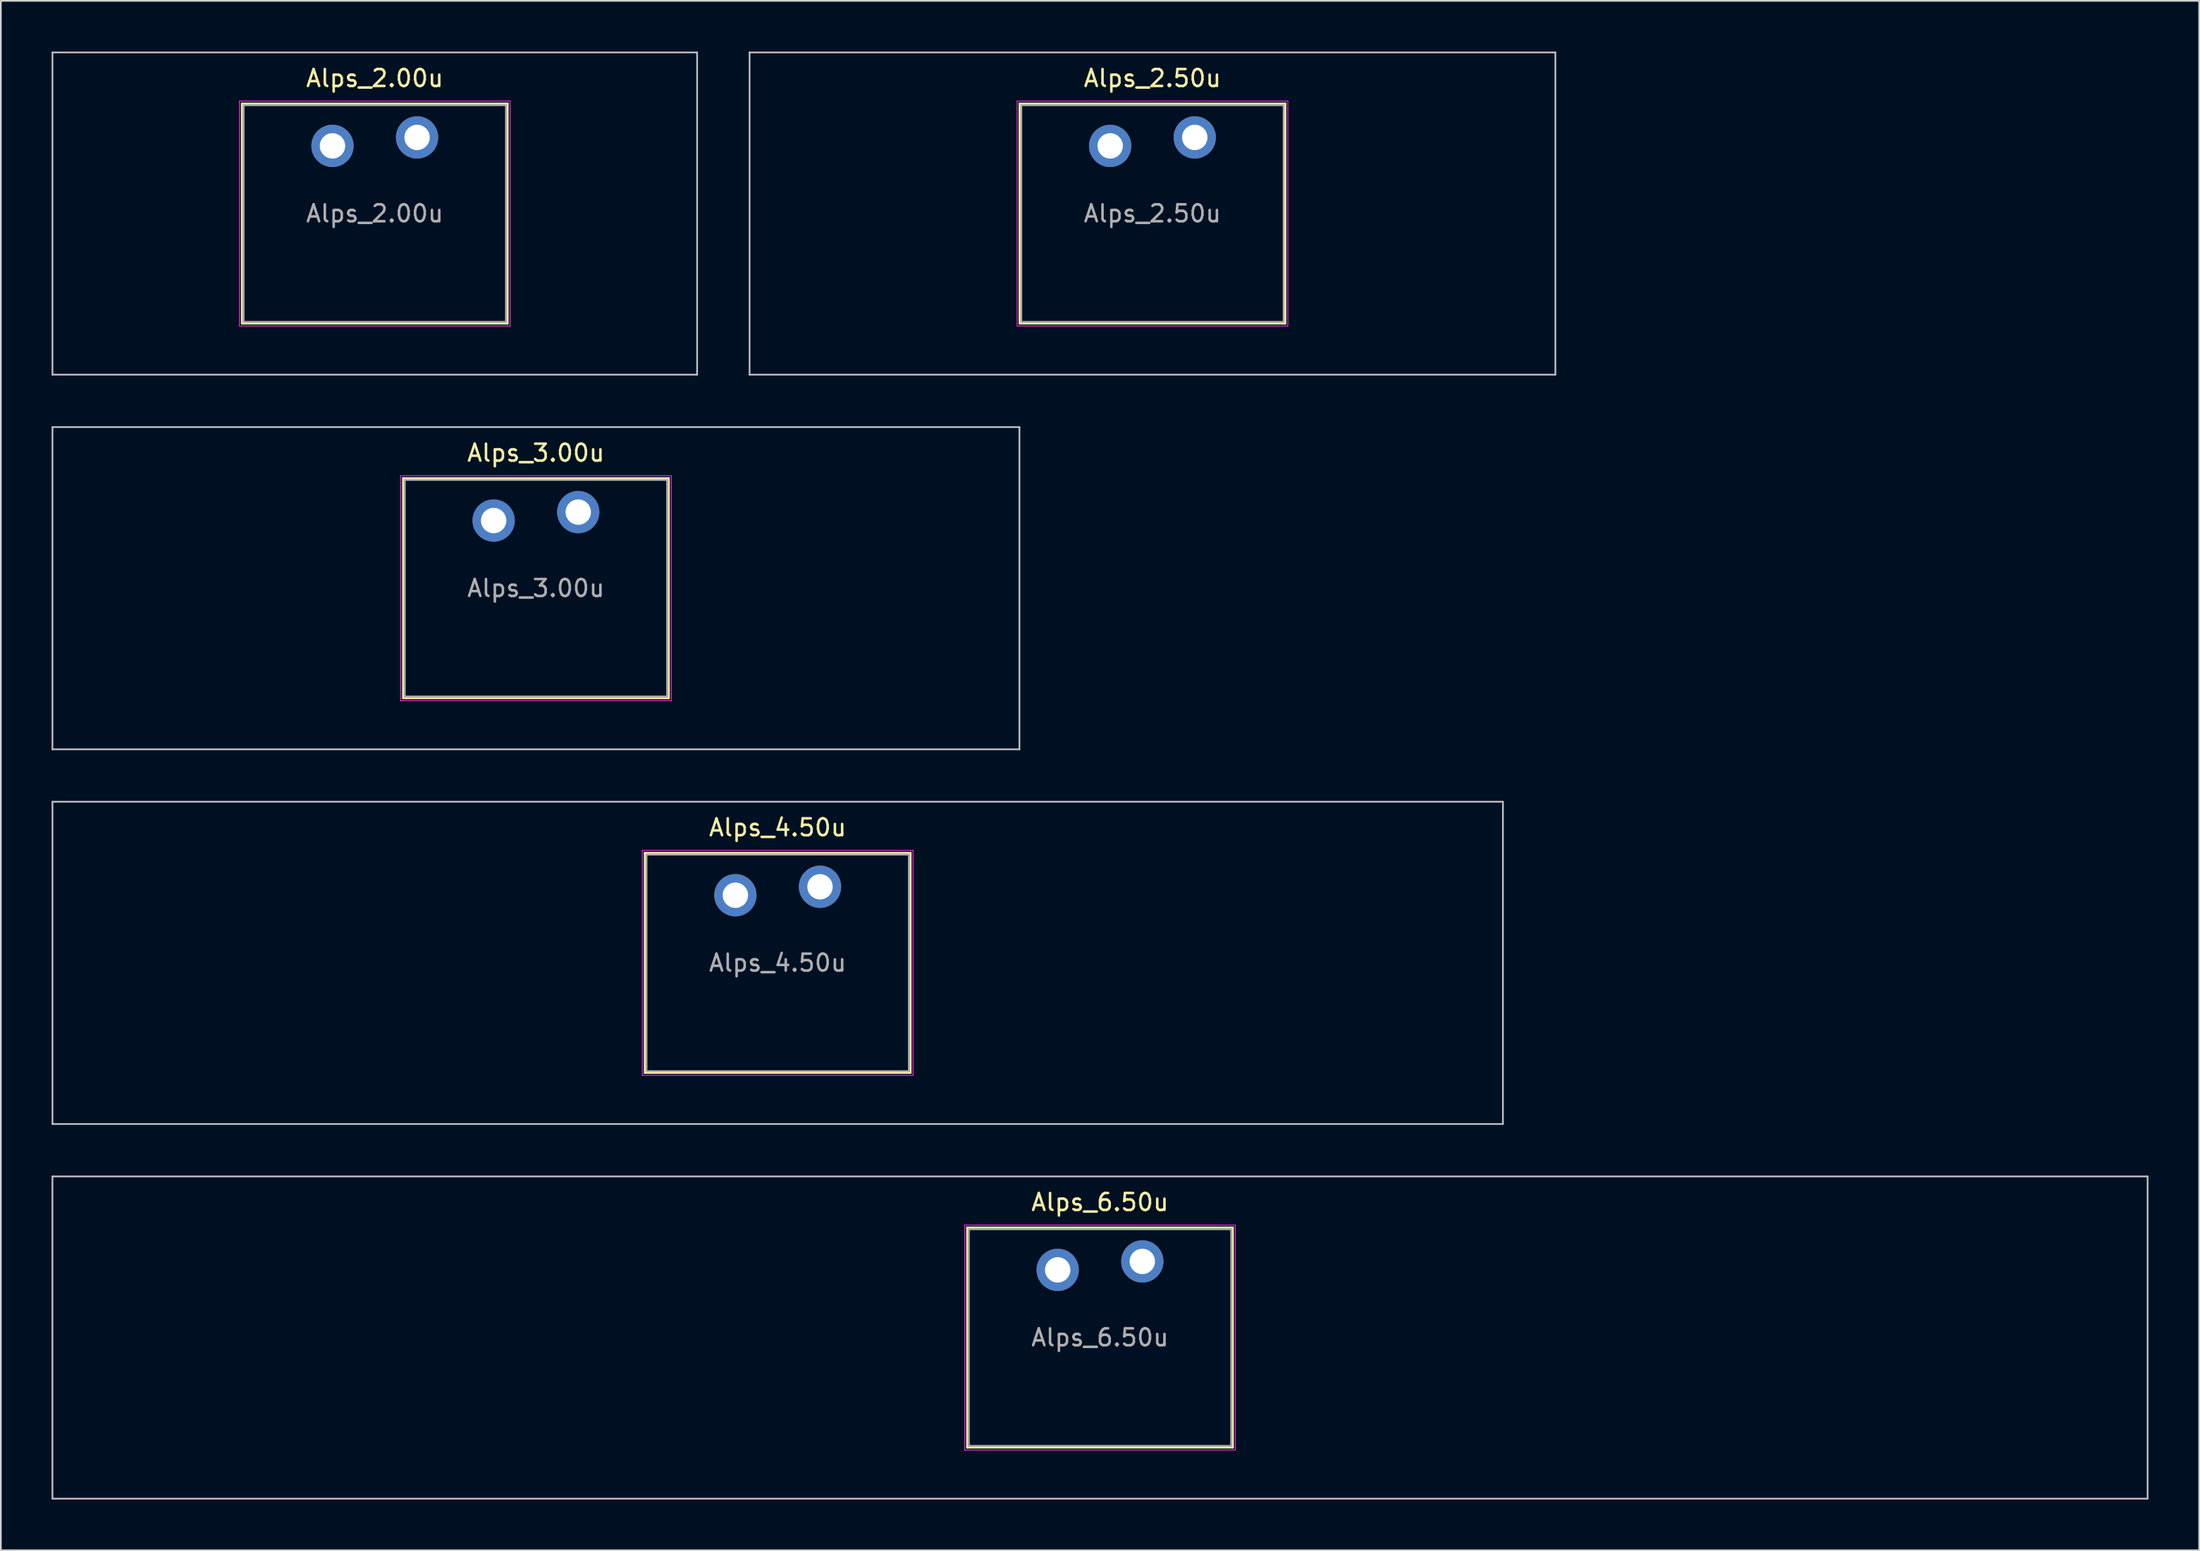
<source format=kicad_pcb>
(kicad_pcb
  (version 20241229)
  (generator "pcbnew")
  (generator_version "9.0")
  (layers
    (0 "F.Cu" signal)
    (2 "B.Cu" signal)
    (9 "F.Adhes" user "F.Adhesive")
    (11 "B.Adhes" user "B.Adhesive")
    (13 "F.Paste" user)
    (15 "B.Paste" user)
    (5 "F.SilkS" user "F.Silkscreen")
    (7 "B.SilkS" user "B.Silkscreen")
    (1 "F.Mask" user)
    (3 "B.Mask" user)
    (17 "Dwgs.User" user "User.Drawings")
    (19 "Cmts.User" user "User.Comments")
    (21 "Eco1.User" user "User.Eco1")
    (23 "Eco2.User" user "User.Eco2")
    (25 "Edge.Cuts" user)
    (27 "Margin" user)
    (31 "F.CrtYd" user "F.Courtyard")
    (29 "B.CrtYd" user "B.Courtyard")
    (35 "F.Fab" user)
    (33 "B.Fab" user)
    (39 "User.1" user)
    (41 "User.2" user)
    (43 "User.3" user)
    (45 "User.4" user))
  (footprint "Alps_2.50u"
    (layer "F.Cu")
    (at 65.062 9.575)
    (property "Reference" "Alps_2.50u" (at 0 -8 0) (layer "F.SilkS") (effects (font (size 1 1) (thickness 0.15))))
    (attr through_hole)
    (fp_line (start -7.85 -6.5) (end -7.85 6.5) (stroke (width 0.12) (type solid)) (layer "F.SilkS"))
    (fp_line (start -7.85 6.5) (end 7.85 6.5) (stroke (width 0.12) (type solid)) (layer "F.SilkS"))
    (fp_line (start 7.85 -6.5) (end -7.85 -6.5) (stroke (width 0.12) (type solid)) (layer "F.SilkS"))
    (fp_line (start 7.85 6.5) (end 7.85 -6.5) (stroke (width 0.12) (type solid)) (layer "F.SilkS"))
    (fp_line (start -23.812 -9.525) (end -23.812 9.525) (stroke (width 0.1) (type solid)) (layer "Dwgs.User"))
    (fp_line (start -23.812 9.525) (end 23.812 9.525) (stroke (width 0.1) (type solid)) (layer "Dwgs.User"))
    (fp_line (start 23.812 -9.525) (end -23.812 -9.525) (stroke (width 0.1) (type solid)) (layer "Dwgs.User"))
    (fp_line (start 23.812 9.525) (end 23.812 -9.525) (stroke (width 0.1) (type solid)) (layer "Dwgs.User"))
    (fp_line (start -7.75 -6.4) (end -7.75 6.4) (stroke (width 0.1) (type solid)) (layer "Eco1.User"))
    (fp_line (start -7.75 6.4) (end 7.75 6.4) (stroke (width 0.1) (type solid)) (layer "Eco1.User"))
    (fp_line (start 7.75 -6.4) (end -7.75 -6.4) (stroke (width 0.1) (type solid)) (layer "Eco1.User"))
    (fp_line (start 7.75 6.4) (end 7.75 -6.4) (stroke (width 0.1) (type solid)) (layer "Eco1.User"))
    (fp_line (start -8 -6.65) (end -8 6.65) (stroke (width 0.05) (type solid)) (layer "F.CrtYd"))
    (fp_line (start -8 6.65) (end 8 6.65) (stroke (width 0.05) (type solid)) (layer "F.CrtYd"))
    (fp_line (start 8 -6.65) (end -8 -6.65) (stroke (width 0.05) (type solid)) (layer "F.CrtYd"))
    (fp_line (start 8 6.65) (end 8 -6.65) (stroke (width 0.05) (type solid)) (layer "F.CrtYd"))
    (fp_line (start -7.75 -6.4) (end -7.75 6.4) (stroke (width 0.1) (type solid)) (layer "F.Fab"))
    (fp_line (start -7.75 6.4) (end 7.75 6.4) (stroke (width 0.1) (type solid)) (layer "F.Fab"))
    (fp_line (start 7.75 -6.4) (end -7.75 -6.4) (stroke (width 0.1) (type solid)) (layer "F.Fab"))
    (fp_line (start 7.75 6.4) (end 7.75 -6.4) (stroke (width 0.1) (type solid)) (layer "F.Fab"))
    (fp_text user "${REFERENCE}" (at 0 0 0) (layer "F.Fab") (effects (font (size 1 1) (thickness 0.15))))
    (pad "1" thru_hole circle (at -2.5 -4) (size 2.5 2.5) (drill 1.5) (layers "*.Cu" "*.Mask"))
    (pad "2" thru_hole circle (at 2.5 -4.5) (size 2.5 2.5) (drill 1.5) (layers "*.Cu" "*.Mask")))
  (footprint "Alps_4.50u"
    (layer "F.Cu")
    (at 42.913 53.875)
    (property "Reference" "Alps_4.50u" (at 0 -8 0) (layer "F.SilkS") (effects (font (size 1 1) (thickness 0.15))))
    (attr through_hole)
    (fp_line (start -7.85 -6.5) (end -7.85 6.5) (stroke (width 0.12) (type solid)) (layer "F.SilkS"))
    (fp_line (start -7.85 6.5) (end 7.85 6.5) (stroke (width 0.12) (type solid)) (layer "F.SilkS"))
    (fp_line (start 7.85 -6.5) (end -7.85 -6.5) (stroke (width 0.12) (type solid)) (layer "F.SilkS"))
    (fp_line (start 7.85 6.5) (end 7.85 -6.5) (stroke (width 0.12) (type solid)) (layer "F.SilkS"))
    (fp_line (start -42.862 -9.525) (end -42.862 9.525) (stroke (width 0.1) (type solid)) (layer "Dwgs.User"))
    (fp_line (start -42.862 9.525) (end 42.862 9.525) (stroke (width 0.1) (type solid)) (layer "Dwgs.User"))
    (fp_line (start 42.862 -9.525) (end -42.862 -9.525) (stroke (width 0.1) (type solid)) (layer "Dwgs.User"))
    (fp_line (start 42.862 9.525) (end 42.862 -9.525) (stroke (width 0.1) (type solid)) (layer "Dwgs.User"))
    (fp_line (start -7.75 -6.4) (end -7.75 6.4) (stroke (width 0.1) (type solid)) (layer "Eco1.User"))
    (fp_line (start -7.75 6.4) (end 7.75 6.4) (stroke (width 0.1) (type solid)) (layer "Eco1.User"))
    (fp_line (start 7.75 -6.4) (end -7.75 -6.4) (stroke (width 0.1) (type solid)) (layer "Eco1.User"))
    (fp_line (start 7.75 6.4) (end 7.75 -6.4) (stroke (width 0.1) (type solid)) (layer "Eco1.User"))
    (fp_line (start -8 -6.65) (end -8 6.65) (stroke (width 0.05) (type solid)) (layer "F.CrtYd"))
    (fp_line (start -8 6.65) (end 8 6.65) (stroke (width 0.05) (type solid)) (layer "F.CrtYd"))
    (fp_line (start 8 -6.65) (end -8 -6.65) (stroke (width 0.05) (type solid)) (layer "F.CrtYd"))
    (fp_line (start 8 6.65) (end 8 -6.65) (stroke (width 0.05) (type solid)) (layer "F.CrtYd"))
    (fp_line (start -7.75 -6.4) (end -7.75 6.4) (stroke (width 0.1) (type solid)) (layer "F.Fab"))
    (fp_line (start -7.75 6.4) (end 7.75 6.4) (stroke (width 0.1) (type solid)) (layer "F.Fab"))
    (fp_line (start 7.75 -6.4) (end -7.75 -6.4) (stroke (width 0.1) (type solid)) (layer "F.Fab"))
    (fp_line (start 7.75 6.4) (end 7.75 -6.4) (stroke (width 0.1) (type solid)) (layer "F.Fab"))
    (fp_text user "${REFERENCE}" (at 0 0 0) (layer "F.Fab") (effects (font (size 1 1) (thickness 0.15))))
    (pad "1" thru_hole circle (at -2.5 -4) (size 2.5 2.5) (drill 1.5) (layers "*.Cu" "*.Mask"))
    (pad "2" thru_hole circle (at 2.5 -4.5) (size 2.5 2.5) (drill 1.5) (layers "*.Cu" "*.Mask")))
  (footprint "Alps_3.00u"
    (layer "F.Cu")
    (at 28.625 31.725)
    (property "Reference" "Alps_3.00u" (at 0 -8 0) (layer "F.SilkS") (effects (font (size 1 1) (thickness 0.15))))
    (attr through_hole)
    (fp_line (start -7.85 -6.5) (end -7.85 6.5) (stroke (width 0.12) (type solid)) (layer "F.SilkS"))
    (fp_line (start -7.85 6.5) (end 7.85 6.5) (stroke (width 0.12) (type solid)) (layer "F.SilkS"))
    (fp_line (start 7.85 -6.5) (end -7.85 -6.5) (stroke (width 0.12) (type solid)) (layer "F.SilkS"))
    (fp_line (start 7.85 6.5) (end 7.85 -6.5) (stroke (width 0.12) (type solid)) (layer "F.SilkS"))
    (fp_line (start -28.575 -9.525) (end -28.575 9.525) (stroke (width 0.1) (type solid)) (layer "Dwgs.User"))
    (fp_line (start -28.575 9.525) (end 28.575 9.525) (stroke (width 0.1) (type solid)) (layer "Dwgs.User"))
    (fp_line (start 28.575 -9.525) (end -28.575 -9.525) (stroke (width 0.1) (type solid)) (layer "Dwgs.User"))
    (fp_line (start 28.575 9.525) (end 28.575 -9.525) (stroke (width 0.1) (type solid)) (layer "Dwgs.User"))
    (fp_line (start -7.75 -6.4) (end -7.75 6.4) (stroke (width 0.1) (type solid)) (layer "Eco1.User"))
    (fp_line (start -7.75 6.4) (end 7.75 6.4) (stroke (width 0.1) (type solid)) (layer "Eco1.User"))
    (fp_line (start 7.75 -6.4) (end -7.75 -6.4) (stroke (width 0.1) (type solid)) (layer "Eco1.User"))
    (fp_line (start 7.75 6.4) (end 7.75 -6.4) (stroke (width 0.1) (type solid)) (layer "Eco1.User"))
    (fp_line (start -8 -6.65) (end -8 6.65) (stroke (width 0.05) (type solid)) (layer "F.CrtYd"))
    (fp_line (start -8 6.65) (end 8 6.65) (stroke (width 0.05) (type solid)) (layer "F.CrtYd"))
    (fp_line (start 8 -6.65) (end -8 -6.65) (stroke (width 0.05) (type solid)) (layer "F.CrtYd"))
    (fp_line (start 8 6.65) (end 8 -6.65) (stroke (width 0.05) (type solid)) (layer "F.CrtYd"))
    (fp_line (start -7.75 -6.4) (end -7.75 6.4) (stroke (width 0.1) (type solid)) (layer "F.Fab"))
    (fp_line (start -7.75 6.4) (end 7.75 6.4) (stroke (width 0.1) (type solid)) (layer "F.Fab"))
    (fp_line (start 7.75 -6.4) (end -7.75 -6.4) (stroke (width 0.1) (type solid)) (layer "F.Fab"))
    (fp_line (start 7.75 6.4) (end 7.75 -6.4) (stroke (width 0.1) (type solid)) (layer "F.Fab"))
    (fp_text user "${REFERENCE}" (at 0 0 0) (layer "F.Fab") (effects (font (size 1 1) (thickness 0.15))))
    (pad "1" thru_hole circle (at -2.5 -4) (size 2.5 2.5) (drill 1.5) (layers "*.Cu" "*.Mask"))
    (pad "2" thru_hole circle (at 2.5 -4.5) (size 2.5 2.5) (drill 1.5) (layers "*.Cu" "*.Mask")))
  (footprint "Alps_6.50u"
    (layer "F.Cu")
    (at 61.962 76.025)
    (property "Reference" "Alps_6.50u" (at 0 -8 0) (layer "F.SilkS") (effects (font (size 1 1) (thickness 0.15))))
    (attr through_hole)
    (fp_line (start -7.85 -6.5) (end -7.85 6.5) (stroke (width 0.12) (type solid)) (layer "F.SilkS"))
    (fp_line (start -7.85 6.5) (end 7.85 6.5) (stroke (width 0.12) (type solid)) (layer "F.SilkS"))
    (fp_line (start 7.85 -6.5) (end -7.85 -6.5) (stroke (width 0.12) (type solid)) (layer "F.SilkS"))
    (fp_line (start 7.85 6.5) (end 7.85 -6.5) (stroke (width 0.12) (type solid)) (layer "F.SilkS"))
    (fp_line (start -61.913 -9.525) (end -61.913 9.525) (stroke (width 0.1) (type solid)) (layer "Dwgs.User"))
    (fp_line (start -61.913 9.525) (end 61.913 9.525) (stroke (width 0.1) (type solid)) (layer "Dwgs.User"))
    (fp_line (start 61.913 -9.525) (end -61.913 -9.525) (stroke (width 0.1) (type solid)) (layer "Dwgs.User"))
    (fp_line (start 61.913 9.525) (end 61.913 -9.525) (stroke (width 0.1) (type solid)) (layer "Dwgs.User"))
    (fp_line (start -7.75 -6.4) (end -7.75 6.4) (stroke (width 0.1) (type solid)) (layer "Eco1.User"))
    (fp_line (start -7.75 6.4) (end 7.75 6.4) (stroke (width 0.1) (type solid)) (layer "Eco1.User"))
    (fp_line (start 7.75 -6.4) (end -7.75 -6.4) (stroke (width 0.1) (type solid)) (layer "Eco1.User"))
    (fp_line (start 7.75 6.4) (end 7.75 -6.4) (stroke (width 0.1) (type solid)) (layer "Eco1.User"))
    (fp_line (start -8 -6.65) (end -8 6.65) (stroke (width 0.05) (type solid)) (layer "F.CrtYd"))
    (fp_line (start -8 6.65) (end 8 6.65) (stroke (width 0.05) (type solid)) (layer "F.CrtYd"))
    (fp_line (start 8 -6.65) (end -8 -6.65) (stroke (width 0.05) (type solid)) (layer "F.CrtYd"))
    (fp_line (start 8 6.65) (end 8 -6.65) (stroke (width 0.05) (type solid)) (layer "F.CrtYd"))
    (fp_line (start -7.75 -6.4) (end -7.75 6.4) (stroke (width 0.1) (type solid)) (layer "F.Fab"))
    (fp_line (start -7.75 6.4) (end 7.75 6.4) (stroke (width 0.1) (type solid)) (layer "F.Fab"))
    (fp_line (start 7.75 -6.4) (end -7.75 -6.4) (stroke (width 0.1) (type solid)) (layer "F.Fab"))
    (fp_line (start 7.75 6.4) (end 7.75 -6.4) (stroke (width 0.1) (type solid)) (layer "F.Fab"))
    (fp_text user "${REFERENCE}" (at 0 0 0) (layer "F.Fab") (effects (font (size 1 1) (thickness 0.15))))
    (pad "1" thru_hole circle (at -2.5 -4) (size 2.5 2.5) (drill 1.5) (layers "*.Cu" "*.Mask"))
    (pad "2" thru_hole circle (at 2.5 -4.5) (size 2.5 2.5) (drill 1.5) (layers "*.Cu" "*.Mask")))
  (footprint "Alps_2.00u"
    (layer "F.Cu")
    (at 19.1 9.575)
    (property "Reference" "Alps_2.00u" (at 0 -8 0) (layer "F.SilkS") (effects (font (size 1 1) (thickness 0.15))))
    (attr through_hole)
    (fp_line (start -7.85 -6.5) (end -7.85 6.5) (stroke (width 0.12) (type solid)) (layer "F.SilkS"))
    (fp_line (start -7.85 6.5) (end 7.85 6.5) (stroke (width 0.12) (type solid)) (layer "F.SilkS"))
    (fp_line (start 7.85 -6.5) (end -7.85 -6.5) (stroke (width 0.12) (type solid)) (layer "F.SilkS"))
    (fp_line (start 7.85 6.5) (end 7.85 -6.5) (stroke (width 0.12) (type solid)) (layer "F.SilkS"))
    (fp_line (start -19.05 -9.525) (end -19.05 9.525) (stroke (width 0.1) (type solid)) (layer "Dwgs.User"))
    (fp_line (start -19.05 9.525) (end 19.05 9.525) (stroke (width 0.1) (type solid)) (layer "Dwgs.User"))
    (fp_line (start 19.05 -9.525) (end -19.05 -9.525) (stroke (width 0.1) (type solid)) (layer "Dwgs.User"))
    (fp_line (start 19.05 9.525) (end 19.05 -9.525) (stroke (width 0.1) (type solid)) (layer "Dwgs.User"))
    (fp_line (start -7.75 -6.4) (end -7.75 6.4) (stroke (width 0.1) (type solid)) (layer "Eco1.User"))
    (fp_line (start -7.75 6.4) (end 7.75 6.4) (stroke (width 0.1) (type solid)) (layer "Eco1.User"))
    (fp_line (start 7.75 -6.4) (end -7.75 -6.4) (stroke (width 0.1) (type solid)) (layer "Eco1.User"))
    (fp_line (start 7.75 6.4) (end 7.75 -6.4) (stroke (width 0.1) (type solid)) (layer "Eco1.User"))
    (fp_line (start -8 -6.65) (end -8 6.65) (stroke (width 0.05) (type solid)) (layer "F.CrtYd"))
    (fp_line (start -8 6.65) (end 8 6.65) (stroke (width 0.05) (type solid)) (layer "F.CrtYd"))
    (fp_line (start 8 -6.65) (end -8 -6.65) (stroke (width 0.05) (type solid)) (layer "F.CrtYd"))
    (fp_line (start 8 6.65) (end 8 -6.65) (stroke (width 0.05) (type solid)) (layer "F.CrtYd"))
    (fp_line (start -7.75 -6.4) (end -7.75 6.4) (stroke (width 0.1) (type solid)) (layer "F.Fab"))
    (fp_line (start -7.75 6.4) (end 7.75 6.4) (stroke (width 0.1) (type solid)) (layer "F.Fab"))
    (fp_line (start 7.75 -6.4) (end -7.75 -6.4) (stroke (width 0.1) (type solid)) (layer "F.Fab"))
    (fp_line (start 7.75 6.4) (end 7.75 -6.4) (stroke (width 0.1) (type solid)) (layer "F.Fab"))
    (fp_text user "${REFERENCE}" (at 0 0 0) (layer "F.Fab") (effects (font (size 1 1) (thickness 0.15))))
    (pad "1" thru_hole circle (at -2.5 -4) (size 2.5 2.5) (drill 1.5) (layers "*.Cu" "*.Mask"))
    (pad "2" thru_hole circle (at 2.5 -4.5) (size 2.5 2.5) (drill 1.5) (layers "*.Cu" "*.Mask")))
  (gr_rect
    (start -3 -3)
    (end 126.925 88.6)
    (stroke (width 0.1) (type default))
    (fill no)
    (layer "Edge.Cuts")))
</source>
